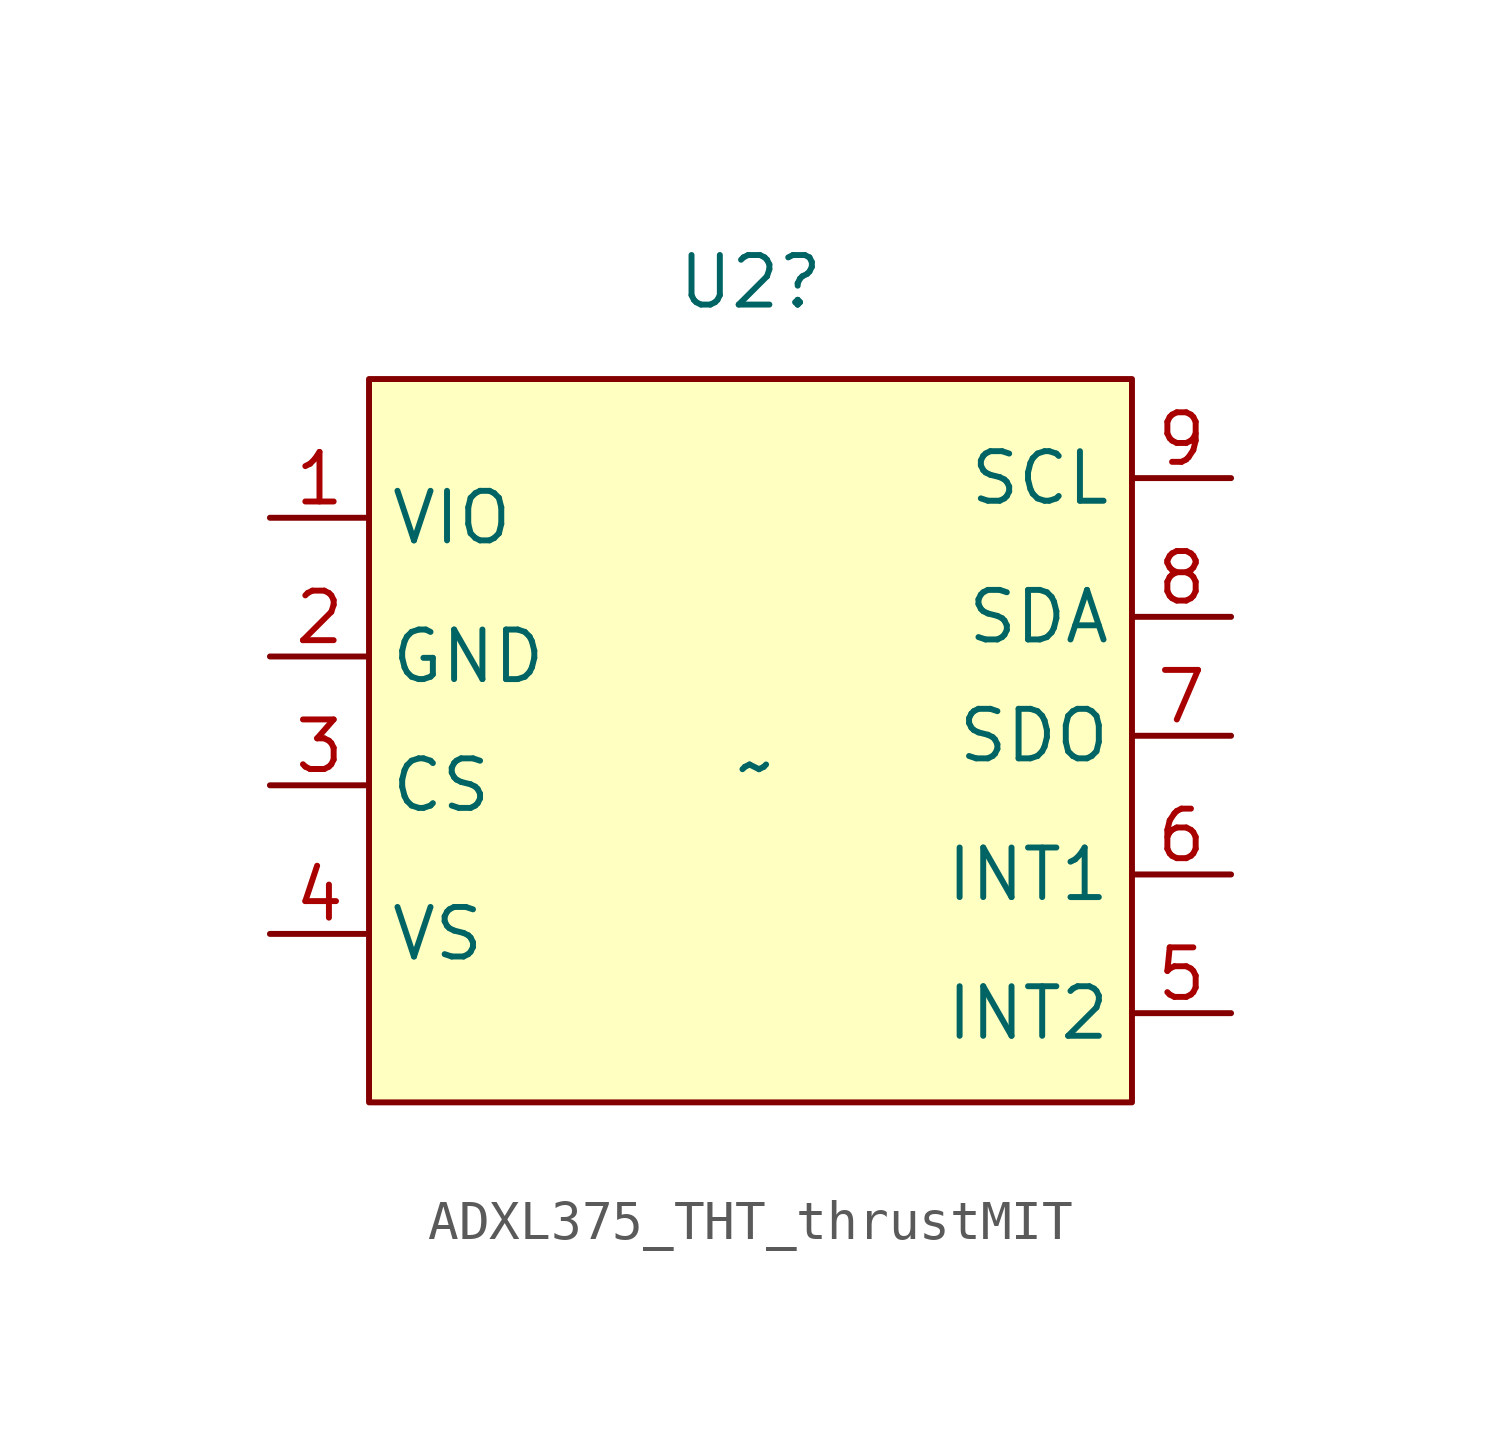
<source format=kicad_sym>
(kicad_symbol_lib
  (version 20231120)
  (generator "kicad_symbol_editor")
  (generator_version "8.0")
  (symbol "ADXL375_THT_thrustMIT"
    (property "Reference" "U2"
      (at -0.127 12.395 0)
      (effects (font (size 1.27 1.27))))
    (property "Value" "~"
      (at 0 0 0)
      (effects (font (size 1.27 1.27))))
    (symbol "ADXL375_THT_thrustMIT_1_1"
      (rectangle (start -9.906 9.906) (end 9.652 -8.636) (stroke (width 0) (type default)) (fill (type background)))
      (pin input line (at -12.446 6.35 0) (length 2.54) (name "VIO" (effects (font (size 1.27 1.27)))) (number "1" (effects (font (size 1.27 1.27)))))
      (pin input line (at -12.446 2.794 0) (length 2.54) (name "GND" (effects (font (size 1.27 1.27)))) (number "2" (effects (font (size 1.27 1.27)))))
      (pin input line (at -12.446 -0.508 0) (length 2.54) (name "CS" (effects (font (size 1.27 1.27)))) (number "3" (effects (font (size 1.27 1.27)))))
      (pin input line (at -12.446 -4.318 0) (length 2.54) (name "VS" (effects (font (size 1.27 1.27)))) (number "4" (effects (font (size 1.27 1.27)))))
      (pin input line (at 12.192 -6.35 180) (length 2.54) (name "INT2" (effects (font (size 1.27 1.27)))) (number "5" (effects (font (size 1.27 1.27)))))
      (pin input line (at 12.192 -2.794 180) (length 2.54) (name "INT1" (effects (font (size 1.27 1.27)))) (number "6" (effects (font (size 1.27 1.27)))))
      (pin input line (at 12.192 0.762 180) (length 2.54) (name "SDO" (effects (font (size 1.27 1.27)))) (number "7" (effects (font (size 1.27 1.27)))))
      (pin input line (at 12.192 3.81 180) (length 2.54) (name "SDA" (effects (font (size 1.27 1.27)))) (number "8" (effects (font (size 1.27 1.27)))))
      (pin input line (at 12.192 7.366 180) (length 2.54) (name "SCL" (effects (font (size 1.27 1.27)))) (number "9" (effects (font (size 1.27 1.27))))))))
</source>
